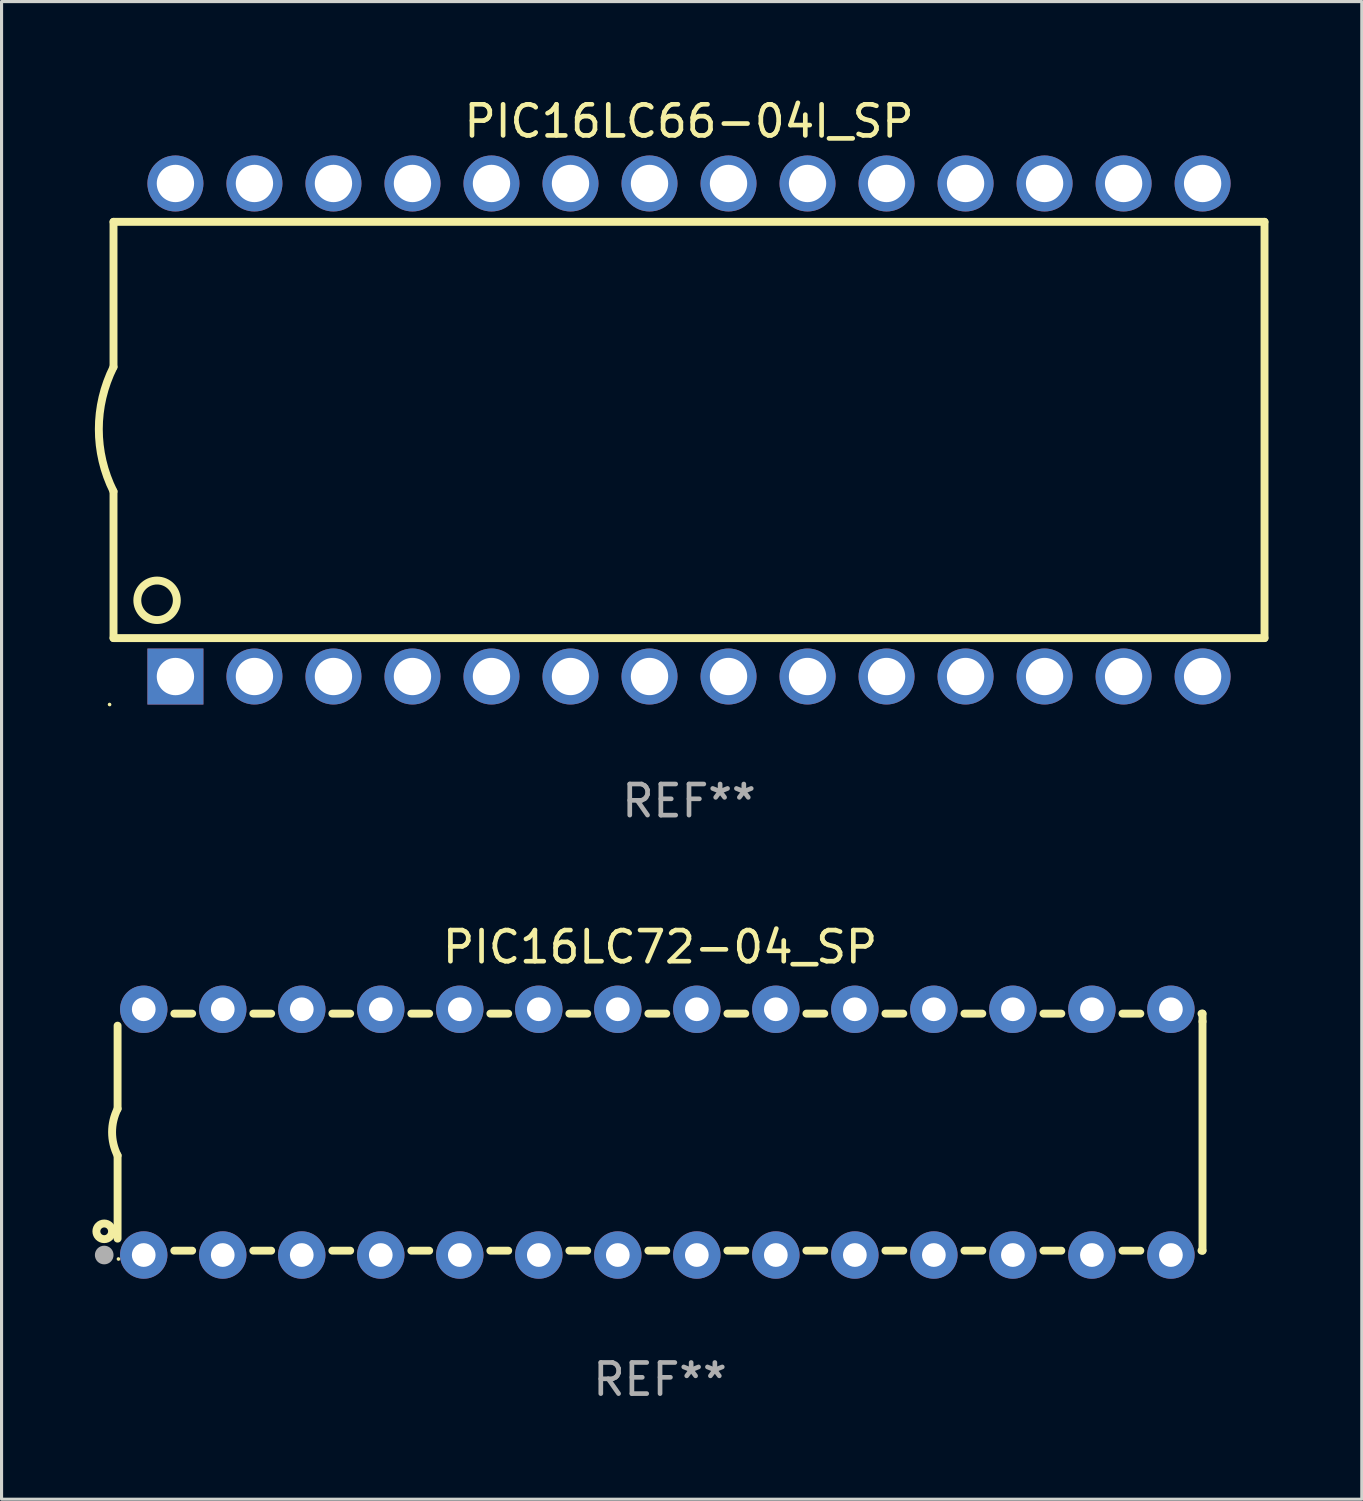
<source format=kicad_pcb>
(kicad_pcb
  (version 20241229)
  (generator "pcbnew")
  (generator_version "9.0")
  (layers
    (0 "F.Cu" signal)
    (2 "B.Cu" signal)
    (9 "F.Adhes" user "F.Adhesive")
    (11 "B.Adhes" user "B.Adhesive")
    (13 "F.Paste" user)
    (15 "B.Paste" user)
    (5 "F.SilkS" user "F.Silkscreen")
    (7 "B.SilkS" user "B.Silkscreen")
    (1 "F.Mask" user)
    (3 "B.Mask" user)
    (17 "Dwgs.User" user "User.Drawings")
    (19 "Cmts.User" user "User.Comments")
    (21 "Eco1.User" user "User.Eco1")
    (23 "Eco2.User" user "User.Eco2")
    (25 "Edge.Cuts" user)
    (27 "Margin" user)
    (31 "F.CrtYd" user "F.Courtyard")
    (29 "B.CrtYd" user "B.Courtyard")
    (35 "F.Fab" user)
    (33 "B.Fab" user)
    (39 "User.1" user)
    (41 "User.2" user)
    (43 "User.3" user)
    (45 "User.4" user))
  (footprint "PIC16LC72-04_SP"
    (layer "F.Cu")
    (at 18.168 33.344)
    (property "Reference" "PIC16LC72-04_SP" (at 0 -5.95 0) (layer "F.SilkS") (effects (font (size 1 1) (thickness 0.15))))
    (attr through_hole)
    (fp_line (start -17.438 0.75) (end -17.438 3.423) (stroke (width 0.254) (type solid)) (layer "F.SilkS"))
    (fp_line (start -17.438 -3.423) (end -17.438 -0.75) (stroke (width 0.254) (type solid)) (layer "F.SilkS"))
    (fp_line (start -15.615 3.81) (end -15.041 3.81) (stroke (width 0.254) (type solid)) (layer "F.SilkS"))
    (fp_line (start -15.041 -3.81) (end -15.614 -3.81) (stroke (width 0.254) (type solid)) (layer "F.SilkS"))
    (fp_line (start -13.075 3.81) (end -12.501 3.81) (stroke (width 0.254) (type solid)) (layer "F.SilkS"))
    (fp_line (start -12.501 -3.81) (end -13.074 -3.81) (stroke (width 0.254) (type solid)) (layer "F.SilkS"))
    (fp_line (start -10.535 3.81) (end -9.961 3.81) (stroke (width 0.254) (type solid)) (layer "F.SilkS"))
    (fp_line (start -9.961 -3.81) (end -10.534 -3.81) (stroke (width 0.254) (type solid)) (layer "F.SilkS"))
    (fp_line (start -7.995 3.81) (end -7.421 3.81) (stroke (width 0.254) (type solid)) (layer "F.SilkS"))
    (fp_line (start -7.421 -3.81) (end -7.995 -3.81) (stroke (width 0.254) (type solid)) (layer "F.SilkS"))
    (fp_line (start -5.455 3.81) (end -4.881 3.81) (stroke (width 0.254) (type solid)) (layer "F.SilkS"))
    (fp_line (start -4.881 -3.81) (end -5.455 -3.81) (stroke (width 0.254) (type solid)) (layer "F.SilkS"))
    (fp_line (start -2.915 3.81) (end -2.341 3.81) (stroke (width 0.254) (type solid)) (layer "F.SilkS"))
    (fp_line (start -2.341 -3.81) (end -2.915 -3.81) (stroke (width 0.254) (type solid)) (layer "F.SilkS"))
    (fp_line (start -0.375 3.81) (end 0.199 3.81) (stroke (width 0.254) (type solid)) (layer "F.SilkS"))
    (fp_line (start 0.199 -3.81) (end -0.375 -3.81) (stroke (width 0.254) (type solid)) (layer "F.SilkS"))
    (fp_line (start 2.165 3.81) (end 2.739 3.81) (stroke (width 0.254) (type solid)) (layer "F.SilkS"))
    (fp_line (start 2.739 -3.81) (end 2.165 -3.81) (stroke (width 0.254) (type solid)) (layer "F.SilkS"))
    (fp_line (start 4.705 3.81) (end 5.279 3.81) (stroke (width 0.254) (type solid)) (layer "F.SilkS"))
    (fp_line (start 5.279 -3.81) (end 4.705 -3.81) (stroke (width 0.254) (type solid)) (layer "F.SilkS"))
    (fp_line (start 7.245 3.81) (end 7.819 3.81) (stroke (width 0.254) (type solid)) (layer "F.SilkS"))
    (fp_line (start 7.819 -3.81) (end 7.245 -3.81) (stroke (width 0.254) (type solid)) (layer "F.SilkS"))
    (fp_line (start 9.785 3.81) (end 10.359 3.81) (stroke (width 0.254) (type solid)) (layer "F.SilkS"))
    (fp_line (start 10.359 -3.81) (end 9.785 -3.81) (stroke (width 0.254) (type solid)) (layer "F.SilkS"))
    (fp_line (start 12.325 3.81) (end 12.899 3.81) (stroke (width 0.254) (type solid)) (layer "F.SilkS"))
    (fp_line (start 12.899 -3.81) (end 12.325 -3.81) (stroke (width 0.254) (type solid)) (layer "F.SilkS"))
    (fp_line (start 14.865 3.81) (end 15.439 3.81) (stroke (width 0.254) (type solid)) (layer "F.SilkS"))
    (fp_line (start 15.439 -3.81) (end 14.865 -3.81) (stroke (width 0.254) (type solid)) (layer "F.SilkS"))
    (fp_line (start 17.405 3.81) (end 17.438 3.81) (stroke (width 0.254) (type solid)) (layer "F.SilkS"))
    (fp_line (start 17.438 -3.81) (end 17.405 -3.81) (stroke (width 0.254) (type solid)) (layer "F.SilkS"))
    (fp_line (start 17.438 -3.556) (end 17.438 -3.81) (stroke (width 0.254) (type solid)) (layer "F.SilkS"))
    (fp_line (start 17.438 3.81) (end 17.438 -3.556) (stroke (width 0.254) (type solid)) (layer "F.SilkS"))
    (fp_arc (start -17.437986 0.749657) (mid -17.614887 -0.000024) (end -17.437783 -0.749657) (stroke (width 0.254001) (type solid)) (layer "F.SilkS"))
    (fp_circle (center -17.868 3.188) (end -17.743 3.188) (stroke (width 0.254) (type solid)) (fill no) (layer "F.SilkS"))
    (fp_circle (center -17.411 4.077) (end -17.381 4.077) (stroke (width 0.06) (type solid)) (fill no) (layer "F.SilkS"))
    (fp_circle (center -17.868 3.95) (end -17.718 3.95) (stroke (width 0.3) (type solid)) (fill no) (layer "F.Fab"))
    (fp_text user "REF**" (at 0 7.95 0) (layer "F.Fab") (effects (font (size 1 1) (thickness 0.15))))
    (pad "1" thru_hole circle (at -16.598 3.95) (size 1.524 1.524) (drill 0.762) (layers "*.Cu" "*.Mask"))
    (pad "2" thru_hole circle (at -14.058 3.95) (size 1.524 1.524) (drill 0.762) (layers "*.Cu" "*.Mask"))
    (pad "3" thru_hole circle (at -11.518 3.95) (size 1.524 1.524) (drill 0.762) (layers "*.Cu" "*.Mask"))
    (pad "4" thru_hole circle (at -8.978 3.95) (size 1.524 1.524) (drill 0.762) (layers "*.Cu" "*.Mask"))
    (pad "5" thru_hole circle (at -6.438 3.95) (size 1.524 1.524) (drill 0.762) (layers "*.Cu" "*.Mask"))
    (pad "6" thru_hole circle (at -3.898 3.95) (size 1.524 1.524) (drill 0.762) (layers "*.Cu" "*.Mask"))
    (pad "7" thru_hole circle (at -1.358 3.95) (size 1.524 1.524) (drill 0.762) (layers "*.Cu" "*.Mask"))
    (pad "8" thru_hole circle (at 1.182 3.95) (size 1.524 1.524) (drill 0.762) (layers "*.Cu" "*.Mask"))
    (pad "9" thru_hole circle (at 3.722 3.95) (size 1.524 1.524) (drill 0.762) (layers "*.Cu" "*.Mask"))
    (pad "10" thru_hole circle (at 6.262 3.95) (size 1.524 1.524) (drill 0.762) (layers "*.Cu" "*.Mask"))
    (pad "11" thru_hole circle (at 8.802 3.95) (size 1.524 1.524) (drill 0.762) (layers "*.Cu" "*.Mask"))
    (pad "12" thru_hole circle (at 11.342 3.95) (size 1.524 1.524) (drill 0.762) (layers "*.Cu" "*.Mask"))
    (pad "13" thru_hole circle (at 13.882 3.95) (size 1.524 1.524) (drill 0.762) (layers "*.Cu" "*.Mask"))
    (pad "14" thru_hole circle (at 16.422 3.95) (size 1.524 1.524) (drill 0.762) (layers "*.Cu" "*.Mask"))
    (pad "15" thru_hole circle (at 16.422 -3.95) (size 1.524 1.524) (drill 0.762) (layers "*.Cu" "*.Mask"))
    (pad "16" thru_hole circle (at 13.882 -3.95) (size 1.524 1.524) (drill 0.762) (layers "*.Cu" "*.Mask"))
    (pad "17" thru_hole circle (at 11.342 -3.95) (size 1.524 1.524) (drill 0.762) (layers "*.Cu" "*.Mask"))
    (pad "18" thru_hole circle (at 8.802 -3.95) (size 1.524 1.524) (drill 0.762) (layers "*.Cu" "*.Mask"))
    (pad "19" thru_hole circle (at 6.262 -3.95) (size 1.524 1.524) (drill 0.762) (layers "*.Cu" "*.Mask"))
    (pad "20" thru_hole circle (at 3.722 -3.95) (size 1.524 1.524) (drill 0.762) (layers "*.Cu" "*.Mask"))
    (pad "21" thru_hole circle (at 1.182 -3.95) (size 1.524 1.524) (drill 0.762) (layers "*.Cu" "*.Mask"))
    (pad "22" thru_hole circle (at -1.358 -3.95) (size 1.524 1.524) (drill 0.762) (layers "*.Cu" "*.Mask"))
    (pad "23" thru_hole circle (at -3.898 -3.95) (size 1.524 1.524) (drill 0.762) (layers "*.Cu" "*.Mask"))
    (pad "24" thru_hole circle (at -6.438 -3.95) (size 1.524 1.524) (drill 0.762) (layers "*.Cu" "*.Mask"))
    (pad "25" thru_hole circle (at -8.978 -3.95) (size 1.524 1.524) (drill 0.762) (layers "*.Cu" "*.Mask"))
    (pad "26" thru_hole circle (at -11.517 -3.95) (size 1.524 1.524) (drill 0.762) (layers "*.Cu" "*.Mask"))
    (pad "27" thru_hole circle (at -14.057 -3.95) (size 1.524 1.524) (drill 0.762) (layers "*.Cu" "*.Mask"))
    (pad "28" thru_hole circle (at -16.597 -3.95) (size 1.524 1.524) (drill 0.762) (layers "*.Cu" "*.Mask")))
  (footprint "PIC16LC66-04I_SP"
    (layer "F.Cu")
    (at 19.099 10.773)
    (property "Reference" "PIC16LC66-04I_SP" (at 0 -9.925 0) (layer "F.SilkS") (effects (font (size 1 1) (thickness 0.15))))
    (attr through_hole)
    (fp_line (start -18.5 -6.692) (end -18.5 -2.026) (stroke (width 0.254) (type solid)) (layer "F.SilkS"))
    (fp_line (start -18.5 6.689) (end -18.5 1.974) (stroke (width 0.254) (type solid)) (layer "F.SilkS"))
    (fp_line (start -18.5 6.689) (end 18.5 6.689) (stroke (width 0.254) (type solid)) (layer "F.SilkS"))
    (fp_line (start 18.5 -6.692) (end -18.5 -6.692) (stroke (width 0.254) (type solid)) (layer "F.SilkS"))
    (fp_line (start 18.5 6.689) (end 18.5 -6.692) (stroke (width 0.254) (type solid)) (layer "F.SilkS"))
    (fp_arc (start -18.500051 1.974346) (mid -18.972187 -0.025654) (end -18.500051 -2.025654) (stroke (width 0.254001) (type solid)) (layer "F.SilkS"))
    (fp_circle (center -18.627 8.824) (end -18.597 8.824) (stroke (width 0.06) (type solid)) (fill no) (layer "F.SilkS"))
    (fp_circle (center -17.1 5.474) (end -16.465 5.474) (stroke (width 0.254) (type solid)) (fill no) (layer "F.SilkS"))
    (fp_text user "REF**" (at 0 11.925 0) (layer "F.Fab") (effects (font (size 1 1) (thickness 0.15))))
    (pad "1" thru_hole rect (at -16.51 7.925) (size 1.8 1.8) (drill 1.2) (layers "*.Cu" "*.Mask"))
    (pad "2" thru_hole circle (at -13.97 7.924) (size 1.8 1.8) (drill 1.2) (layers "*.Cu" "*.Mask"))
    (pad "3" thru_hole circle (at -11.43 7.924) (size 1.8 1.8) (drill 1.2) (layers "*.Cu" "*.Mask"))
    (pad "4" thru_hole circle (at -8.89 7.924) (size 1.8 1.8) (drill 1.2) (layers "*.Cu" "*.Mask"))
    (pad "5" thru_hole circle (at -6.35 7.924) (size 1.8 1.8) (drill 1.2) (layers "*.Cu" "*.Mask"))
    (pad "6" thru_hole circle (at -3.81 7.924) (size 1.8 1.8) (drill 1.2) (layers "*.Cu" "*.Mask"))
    (pad "7" thru_hole circle (at -1.27 7.924) (size 1.8 1.8) (drill 1.2) (layers "*.Cu" "*.Mask"))
    (pad "8" thru_hole circle (at 1.27 7.924) (size 1.8 1.8) (drill 1.2) (layers "*.Cu" "*.Mask"))
    (pad "9" thru_hole circle (at 3.81 7.924) (size 1.8 1.8) (drill 1.2) (layers "*.Cu" "*.Mask"))
    (pad "10" thru_hole circle (at 6.35 7.924) (size 1.8 1.8) (drill 1.2) (layers "*.Cu" "*.Mask"))
    (pad "11" thru_hole circle (at 8.89 7.924) (size 1.8 1.8) (drill 1.2) (layers "*.Cu" "*.Mask"))
    (pad "12" thru_hole circle (at 11.43 7.924) (size 1.8 1.8) (drill 1.2) (layers "*.Cu" "*.Mask"))
    (pad "13" thru_hole circle (at 13.97 7.924) (size 1.8 1.8) (drill 1.2) (layers "*.Cu" "*.Mask"))
    (pad "14" thru_hole circle (at 16.51 7.924) (size 1.8 1.8) (drill 1.2) (layers "*.Cu" "*.Mask"))
    (pad "15" thru_hole circle (at 16.51 -7.925) (size 1.8 1.8) (drill 1.2) (layers "*.Cu" "*.Mask"))
    (pad "16" thru_hole circle (at 13.97 -7.925) (size 1.8 1.8) (drill 1.2) (layers "*.Cu" "*.Mask"))
    (pad "17" thru_hole circle (at 11.43 -7.925) (size 1.8 1.8) (drill 1.2) (layers "*.Cu" "*.Mask"))
    (pad "18" thru_hole circle (at 8.89 -7.925) (size 1.8 1.8) (drill 1.2) (layers "*.Cu" "*.Mask"))
    (pad "19" thru_hole circle (at 6.35 -7.925) (size 1.8 1.8) (drill 1.2) (layers "*.Cu" "*.Mask"))
    (pad "20" thru_hole circle (at 3.81 -7.925) (size 1.8 1.8) (drill 1.2) (layers "*.Cu" "*.Mask"))
    (pad "21" thru_hole circle (at 1.27 -7.925) (size 1.8 1.8) (drill 1.2) (layers "*.Cu" "*.Mask"))
    (pad "22" thru_hole circle (at -1.27 -7.925) (size 1.8 1.8) (drill 1.2) (layers "*.Cu" "*.Mask"))
    (pad "23" thru_hole circle (at -3.81 -7.925) (size 1.8 1.8) (drill 1.2) (layers "*.Cu" "*.Mask"))
    (pad "24" thru_hole circle (at -6.35 -7.925) (size 1.8 1.8) (drill 1.2) (layers "*.Cu" "*.Mask"))
    (pad "25" thru_hole circle (at -8.89 -7.925) (size 1.8 1.8) (drill 1.2) (layers "*.Cu" "*.Mask"))
    (pad "26" thru_hole circle (at -11.43 -7.925) (size 1.8 1.8) (drill 1.2) (layers "*.Cu" "*.Mask"))
    (pad "27" thru_hole circle (at -13.97 -7.925) (size 1.8 1.8) (drill 1.2) (layers "*.Cu" "*.Mask"))
    (pad "28" thru_hole circle (at -16.51 -7.925) (size 1.8 1.8) (drill 1.2) (layers "*.Cu" "*.Mask")))
  (gr_rect
    (start -3 -3)
    (end 40.726 45.143)
    (stroke (width 0.1) (type default))
    (fill no)
    (layer "Edge.Cuts")))
</source>
